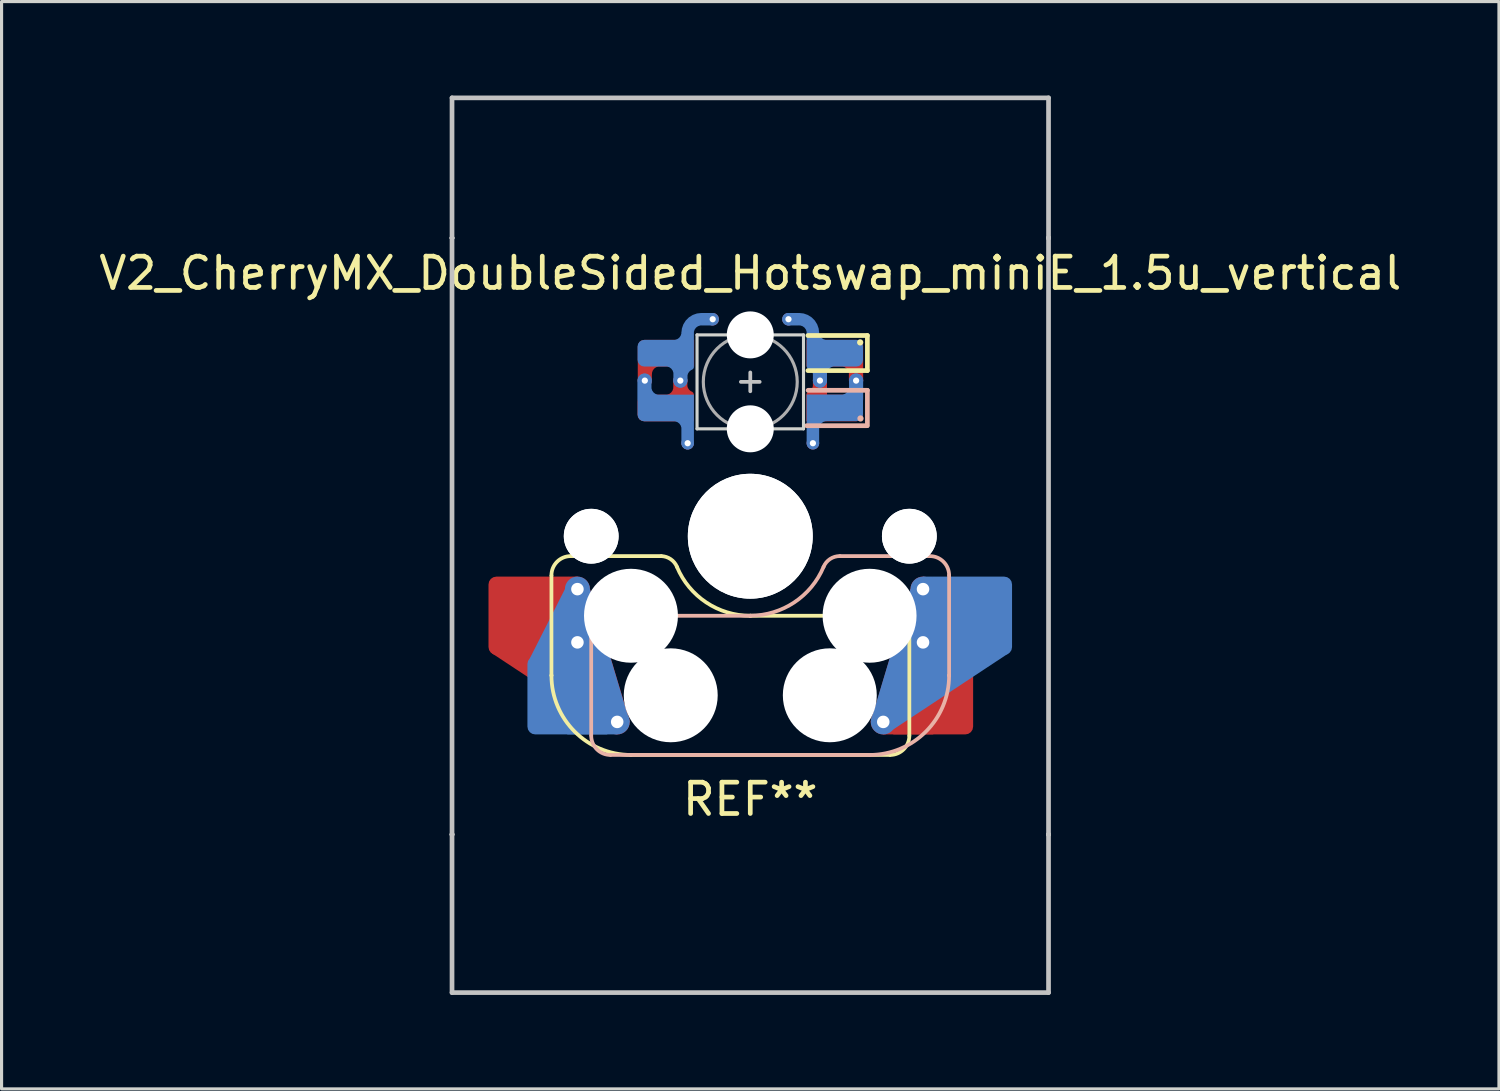
<source format=kicad_pcb>
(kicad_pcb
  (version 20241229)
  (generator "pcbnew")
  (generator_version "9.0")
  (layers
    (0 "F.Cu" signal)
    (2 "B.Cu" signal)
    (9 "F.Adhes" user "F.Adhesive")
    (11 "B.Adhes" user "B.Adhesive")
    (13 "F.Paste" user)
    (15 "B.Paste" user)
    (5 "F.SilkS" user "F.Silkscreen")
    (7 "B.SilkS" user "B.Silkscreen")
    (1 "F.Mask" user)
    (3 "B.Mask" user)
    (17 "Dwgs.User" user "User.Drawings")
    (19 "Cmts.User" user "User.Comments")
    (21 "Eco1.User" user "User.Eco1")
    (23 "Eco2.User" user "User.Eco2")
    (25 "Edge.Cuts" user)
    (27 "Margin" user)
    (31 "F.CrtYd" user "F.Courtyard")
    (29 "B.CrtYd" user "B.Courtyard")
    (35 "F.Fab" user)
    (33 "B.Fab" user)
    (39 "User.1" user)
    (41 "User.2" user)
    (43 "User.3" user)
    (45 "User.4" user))
  (footprint "V2_CherryMX_DoubleSided_Hotswap_miniE_1.5u_vertical"
    (layer "F.Cu")
    (at 20.911 14.075)
    (property "Reference" "V2_CherryMX_DoubleSided_Hotswap_miniE_1.5u_vertical" (at 0 -8.4 180) (layer "F.SilkS") (effects (font (size 1 1) (thickness 0.15))))
    (attr through_hole)
    (fp_poly (pts (xy -5.81 1.29) (xy -5.52 1.29) (xy -5.12 1.69) (xy -3.9 5.74) (xy -4.57 6.17) (xy -8.25 3.74)) (stroke (width 0) (type solid)) (fill yes) (layer "F.Cu"))
    (fp_poly (pts (xy 3.937 6) (xy 4.247 6.33) (xy 5.839 6.33) (xy 7.037 3.9) (xy 5.917 1.69) (xy 5.117 1.69) (xy 3.847 5.93) (xy 3.947 6.01)) (stroke (width 0) (type solid)) (fill yes) (layer "F.Cu"))
    (fp_poly (pts (xy 5.807 1.29) (xy 5.517 1.29) (xy 5.117 1.69) (xy 3.897 5.74) (xy 4.567 6.17) (xy 8.247 3.74)) (stroke (width 0) (type solid)) (fill yes) (layer "B.Cu"))
    (fp_poly (pts (xy -3.94 6) (xy -4.25 6.33) (xy -5.842 6.33) (xy -7.04 3.9) (xy -5.92 1.69) (xy -5.12 1.69) (xy -3.85 5.93) (xy -3.95 6.01)) (stroke (width 0) (type solid)) (fill yes) (layer "B.Cu"))
    (fp_line (start -6.35 4.445) (end -6.35 1.26) (stroke (width 0.12) (type solid)) (layer "F.SilkS"))
    (fp_line (start -6.35 4.445) (end -6.35 4.445) (stroke (width 0.12) (type solid)) (layer "F.SilkS"))
    (fp_line (start -5.73 0.635) (end -2.84 0.635) (stroke (width 0.12) (type solid)) (layer "F.SilkS"))
    (fp_line (start -3.81 6.985) (end -3.81 6.985) (stroke (width 0.12) (type solid)) (layer "F.SilkS"))
    (fp_line (start -3.81 6.985) (end 4.46 6.985) (stroke (width 0.12) (type solid)) (layer "F.SilkS"))
    (fp_line (start 0 2.54) (end 0 2.54) (stroke (width 0.12) (type solid)) (layer "F.SilkS"))
    (fp_line (start 0 2.54) (end 5.08 2.54) (stroke (width 0.12) (type solid)) (layer "F.SilkS"))
    (fp_line (start 3.74 -6.41) (end 1.84 -6.41) (stroke (width 0.15) (type solid)) (layer "F.SilkS"))
    (fp_line (start 3.74 -5.29) (end 1.84 -5.29) (stroke (width 0.15) (type solid)) (layer "F.SilkS"))
    (fp_line (start 3.74 -5.29) (end 3.74 -6.41) (stroke (width 0.15) (type solid)) (layer "F.SilkS"))
    (fp_line (start 5.08 2.54) (end 5.08 2.54) (stroke (width 0.12) (type solid)) (layer "F.SilkS"))
    (fp_line (start 5.08 2.54) (end 5.08 2.54) (stroke (width 0.12) (type solid)) (layer "F.SilkS"))
    (fp_line (start 5.08 6.37) (end 5.08 2.54) (stroke (width 0.12) (type solid)) (layer "F.SilkS"))
    (fp_arc (start -6.35 1.25) (mid -6.169871 0.815129) (end -5.735 0.635) (stroke (width 0.12) (type default)) (layer "F.SilkS"))
    (fp_arc (start -3.81 6.985) (mid -5.606051 6.241051) (end -6.35 4.445) (stroke (width 0.12) (type solid)) (layer "F.SilkS"))
    (fp_arc (start -2.840072 0.635) (mid -2.539136 0.734321) (end -2.34 0.980845) (stroke (width 0.12) (type default)) (layer "F.SilkS"))
    (fp_arc (start 0 2.54) (mid -1.405309 2.1152) (end -2.34 0.983072) (stroke (width 0.12) (type solid)) (layer "F.SilkS"))
    (fp_arc (start 5.080129 6.37) (mid 4.900001 6.804881) (end 4.465129 6.985) (stroke (width 0.12) (type default)) (layer "F.SilkS"))
    (fp_circle (center 3.51 -6.19) (end 3.41 -6.19) (stroke (width 0) (type solid)) (fill yes) (layer "F.SilkS"))
    (fp_line (start -5.08 2.54) (end -5.08 2.54) (stroke (width 0.12) (type solid)) (layer "B.SilkS"))
    (fp_line (start -5.08 2.54) (end -5.08 2.54) (stroke (width 0.12) (type solid)) (layer "B.SilkS"))
    (fp_line (start -5.08 6.36) (end -5.08 2.54) (stroke (width 0.12) (type solid)) (layer "B.SilkS"))
    (fp_line (start -4.46 6.985) (end 3.81 6.985) (stroke (width 0.12) (type solid)) (layer "B.SilkS"))
    (fp_line (start 0 2.54) (end -5.08 2.54) (stroke (width 0.12) (type solid)) (layer "B.SilkS"))
    (fp_line (start 0 2.54) (end 0 2.54) (stroke (width 0.12) (type solid)) (layer "B.SilkS"))
    (fp_line (start 1.8 -3.53) (end 3.724 -3.53) (stroke (width 0.15) (type solid)) (layer "B.SilkS"))
    (fp_line (start 2.86 0.635) (end 5.72 0.635) (stroke (width 0.12) (type solid)) (layer "B.SilkS"))
    (fp_line (start 3.74 -4.66) (end 1.846 -4.66) (stroke (width 0.15) (type solid)) (layer "B.SilkS"))
    (fp_line (start 3.74 -3.53) (end 3.74 -4.66) (stroke (width 0.15) (type solid)) (layer "B.SilkS"))
    (fp_line (start 3.81 6.985) (end 3.81 6.985) (stroke (width 0.12) (type solid)) (layer "B.SilkS"))
    (fp_line (start 6.35 1.25) (end 6.35 4.445) (stroke (width 0.12) (type solid)) (layer "B.SilkS"))
    (fp_line (start 6.35 4.445) (end 6.35 4.445) (stroke (width 0.12) (type solid)) (layer "B.SilkS"))
    (fp_arc (start -4.465 6.985) (mid -4.899871 6.804871) (end -5.08 6.37) (stroke (width 0.12) (type default)) (layer "B.SilkS"))
    (fp_arc (start 2.34 0.98) (mid 1.405313 2.11213) (end 0 2.536928) (stroke (width 0.12) (type solid)) (layer "B.SilkS"))
    (fp_arc (start 2.34 0.98) (mid 2.547383 0.727891) (end 2.859999 0.633863) (stroke (width 0.12) (type default)) (layer "B.SilkS"))
    (fp_arc (start 5.735129 0.635) (mid 6.169981 0.81514) (end 6.350129 1.25) (stroke (width 0.12) (type default)) (layer "B.SilkS"))
    (fp_arc (start 6.35 4.445) (mid 5.606051 6.241051) (end 3.81 6.985) (stroke (width 0.12) (type solid)) (layer "B.SilkS"))
    (fp_circle (center 3.52 -3.76) (end 3.62 -3.76) (stroke (width 0) (type solid)) (fill yes) (layer "B.SilkS"))
    (fp_line (start -9.525 -14) (end 9.525 -14) (stroke (width 0.15) (type solid)) (layer "Dwgs.User"))
    (fp_line (start -9.525 -9.525) (end -9.525 -9.525) (stroke (width 0.15) (type solid)) (layer "Dwgs.User"))
    (fp_line (start -9.525 -9.525) (end -9.525 -9.525) (stroke (width 0.15) (type solid)) (layer "Dwgs.User"))
    (fp_line (start -9.525 -9.525) (end -9.525 -9.525) (stroke (width 0.15) (type solid)) (layer "Dwgs.User"))
    (fp_line (start -9.525 -9.525) (end -9.525 -9.525) (stroke (width 0.15) (type solid)) (layer "Dwgs.User"))
    (fp_line (start -9.525 9.525) (end -9.525 9.525) (stroke (width 0.15) (type solid)) (layer "Dwgs.User"))
    (fp_line (start -9.525 9.525) (end -9.525 9.525) (stroke (width 0.15) (type solid)) (layer "Dwgs.User"))
    (fp_line (start -9.525 9.525) (end -9.525 9.525) (stroke (width 0.15) (type solid)) (layer "Dwgs.User"))
    (fp_line (start -9.525 9.525) (end -9.525 9.525) (stroke (width 0.15) (type solid)) (layer "Dwgs.User"))
    (fp_line (start -9.525 14.575) (end -9.525 -14) (stroke (width 0.15) (type solid)) (layer "Dwgs.User"))
    (fp_line (start -0.3 -4.93) (end 0.3 -4.93) (stroke (width 0.12) (type solid)) (layer "Dwgs.User"))
    (fp_line (start 0 -4.63) (end 0 -5.23) (stroke (width 0.12) (type solid)) (layer "Dwgs.User"))
    (fp_line (start 9.525 -14) (end 9.525 14.575) (stroke (width 0.15) (type solid)) (layer "Dwgs.User"))
    (fp_line (start 9.525 -9.525) (end 9.525 -9.525) (stroke (width 0.15) (type solid)) (layer "Dwgs.User"))
    (fp_line (start 9.525 -9.525) (end 9.525 -9.525) (stroke (width 0.15) (type solid)) (layer "Dwgs.User"))
    (fp_line (start 9.525 -9.525) (end 9.525 -9.525) (stroke (width 0.15) (type solid)) (layer "Dwgs.User"))
    (fp_line (start 9.525 -9.525) (end 9.525 -9.525) (stroke (width 0.15) (type solid)) (layer "Dwgs.User"))
    (fp_line (start 9.525 9.525) (end 9.525 9.525) (stroke (width 0.15) (type solid)) (layer "Dwgs.User"))
    (fp_line (start 9.525 9.525) (end 9.525 9.525) (stroke (width 0.15) (type solid)) (layer "Dwgs.User"))
    (fp_line (start 9.525 9.525) (end 9.525 9.525) (stroke (width 0.15) (type solid)) (layer "Dwgs.User"))
    (fp_line (start 9.525 9.525) (end 9.525 9.525) (stroke (width 0.15) (type solid)) (layer "Dwgs.User"))
    (fp_line (start 9.525 14.575) (end -9.525 14.575) (stroke (width 0.15) (type solid)) (layer "Dwgs.User"))
    (fp_line (start -1.7 -6.43) (end -1.7 -3.43) (stroke (width 0.1) (type solid)) (layer "Edge.Cuts"))
    (fp_line (start 1.7 -6.43) (end -1.7 -6.43) (stroke (width 0.1) (type solid)) (layer "Edge.Cuts"))
    (fp_line (start 1.7 -3.43) (end -1.7 -3.43) (stroke (width 0.1) (type solid)) (layer "Edge.Cuts"))
    (fp_line (start 1.7 -3.43) (end 1.7 -6.43) (stroke (width 0.1) (type solid)) (layer "Edge.Cuts"))
    (fp_circle (center 0 -4.93) (end 0 -6.43) (stroke (width 0.1) (type solid)) (fill no) (layer "F.Fab"))
    (fp_line (start -9.525 9.525) (end -9.525 -9.525) (stroke (width 0.15) (type solid)) (layer "User.2"))
    (fp_line (start 9.525 -9.525) (end -9.525 -9.525) (stroke (width 0.15) (type solid)) (layer "User.2"))
    (fp_line (start 9.525 9.525) (end -9.525 9.525) (stroke (width 0.15) (type solid)) (layer "User.2"))
    (fp_line (start 9.525 9.525) (end 9.525 -9.525) (stroke (width 0.15) (type solid)) (layer "User.2"))
    (fp_text user "REF**" (at 0 8.4 0) (layer "F.SilkS") (effects (font (size 1 1) (thickness 0.15))))
    (pad "" np_thru_hole circle (at -5.08 0 180) (size 1.75 1.75) (drill 1.75) (layers "*.Cu" "*.Mask"))
    (pad "" np_thru_hole circle (at -5.08 0 180) (size 1.75 1.75) (drill 1.75) (layers "*.Cu" "*.Mask"))
    (pad "" np_thru_hole circle (at -3.81 2.54 180) (size 3 3) (drill 3) (layers "*.Cu" "*.Mask"))
    (pad "" smd roundrect (at -2.69 -5.845) (size 1.82 0.85) (layers "B.Mask") (roundrect_rratio 0.25) (chamfer_ratio 0) (chamfer top_right bottom_right))
    (pad "" smd roundrect (at -2.69 -4.095 180) (size 1.82 0.85) (layers "F.Mask") (roundrect_rratio 0.25) (chamfer_ratio 0) (chamfer top_left bottom_left))
    (pad "" smd roundrect (at -2.69 -4.095) (size 1.82 0.84) (layers "B.Mask") (roundrect_rratio 0.25) (chamfer_ratio 0) (chamfer top_right bottom_right))
    (pad "" smd roundrect (at -2.685 -5.855 180) (size 1.83 0.85) (layers "F.Mask") (roundrect_rratio 0.25) (chamfer_ratio 0) (chamfer top_left bottom_left))
    (pad "" np_thru_hole circle (at -2.54 5.08 180) (size 3 3) (drill 3) (layers "*.Cu" "*.Mask"))
    (pad "" np_thru_hole circle (at 0 -6.43 180) (size 1.5 1.5) (drill 1.5) (layers "*.Cu" "*.Mask"))
    (pad "" np_thru_hole circle (at 0 -3.43 180) (size 1.5 1.5) (drill 1.5) (layers "*.Cu" "*.Mask"))
    (pad "" np_thru_hole circle (at 0 0 180) (size 3.988 3.988) (drill 3.988) (layers "*.Cu" "*.Mask"))
    (pad "" np_thru_hole circle (at 0 0 180) (size 3.988 3.988) (drill 3.988) (layers "*.Cu" "*.Mask"))
    (pad "" smd rect (at 2.47 -5.85) (size 1.38 0.84) (layers "F.Mask"))
    (pad "" smd rect (at 2.47 -4.09 180) (size 1.38 0.84) (layers "B.Mask"))
    (pad "" np_thru_hole circle (at 2.54 5.08 180) (size 3 3) (drill 3) (layers "*.Cu" "*.Mask"))
    (pad "" smd roundrect (at 2.685 -4.095) (size 1.83 0.85) (layers "F.Mask") (roundrect_rratio 0.25) (chamfer_ratio 0) (chamfer top_left bottom_left))
    (pad "" smd roundrect (at 2.69 -5.84 180) (size 1.82 0.84) (layers "B.Mask") (roundrect_rratio 0.25) (chamfer_ratio 0) (chamfer top_right bottom_right))
    (pad "" smd roundrect (at 2.855 -5.85) (size 1.49 0.84) (layers "F.Mask") (roundrect_rratio 0.25) (chamfer_ratio 0.5) (chamfer top_right))
    (pad "" smd roundrect (at 2.855 -4.09 180) (size 1.49 0.84) (layers "B.Mask") (roundrect_rratio 0.25) (chamfer_ratio 0.5) (chamfer top_left))
    (pad "" np_thru_hole circle (at 3.81 2.54 180) (size 3 3) (drill 3) (layers "*.Cu" "*.Mask"))
    (pad "" np_thru_hole circle (at 5.08 0 180) (size 1.75 1.75) (drill 1.75) (layers "*.Cu" "*.Mask"))
    (pad "" np_thru_hole circle (at 5.08 0 180) (size 1.75 1.75) (drill 1.75) (layers "*.Cu" "*.Mask"))
    (pad "1" smd custom (at -2.7 -5.845) (size 0.85 0.85) (layers "B.Cu") (options (anchor circle)) (primitives (gr_arc (start 0.698874 -0.666126) (mid 0.57 -0.355) (end 0.258874 -0.226126) (width 0.4)) (gr_arc (start 0.7 -0.645) (mid 0.828874 -0.956126) (end 1.14 -1.085) (width 0.4)) (gr_line (start 1.18 -1.085) (end 1.48 -1.085) (width 0.4)) (gr_line (start 0.7 -0.645) (end 0.7 -0.165) (width 0.4)) (gr_line (start 0.47 0.875) (end 0.47 0.275) (width 0.45)) (gr_arc (start 0.592691 0.750315) (mid 0.650001 0.56089) (end 0.802705 0.435002) (width 0.2)) (gr_arc (start 0.005 0.225) (mid 0.316126 0.353874) (end 0.445 0.665) (width 0.4)) (gr_poly (pts (xy -0.9 -0.212) (xy -0.884 -0.294) (xy -0.838 -0.363) (xy -0.769 -0.409) (xy -0.688 -0.425) (xy 0.9 -0.425) (xy 0.9 0.425) (xy -0.688 0.425) (xy -0.769 0.409) (xy -0.838 0.363) (xy -0.884 0.294) (xy -0.9 0.212)) (width 0) (fill yes))))
    (pad "1" smd custom (at -2.7 -4.095) (size 0.85 0.85) (layers "F.Cu") (options (anchor circle)) (primitives (gr_arc (start 0.44 -0.665) (mid 0.311126 -0.353874) (end 0 -0.225) (width 0.4)) (gr_arc (start 0.798298 -0.429684) (mid 0.645594 -0.555573) (end 0.588284 -0.744999) (width 0.2)) (gr_line (start 0.466 -0.874) (end 0.466 -0.184) (width 0.45)) (gr_poly (pts (xy -0.9 -0.212) (xy -0.884 -0.294) (xy -0.838 -0.363) (xy -0.769 -0.409) (xy -0.688 -0.425) (xy 0.9 -0.425) (xy 0.9 0.425) (xy -0.688 0.425) (xy -0.769 0.409) (xy -0.838 0.363) (xy -0.884 0.294) (xy -0.9 0.212)) (width 0) (fill yes))))
    (pad "1" thru_hole circle (at -2.234 -4.969 180) (size 0.45 0.45) (drill 0.2) (layers "*.Cu"))
    (pad "1" thru_hole circle (at -1.2 -6.93) (size 0.4 0.4) (drill 0.2) (layers "*.Cu"))
    (pad "2" thru_hole circle (at -3.368 -4.97 180) (size 0.45 0.45) (drill 0.2) (layers "*.Cu"))
    (pad "2" smd custom (at -2.7 -4.095 180) (size 0.85 0.85) (layers "B.Cu") (options (anchor circle)) (primitives (gr_poly (pts (xy -0.9 -0.425) (xy 0.688 -0.425) (xy 0.769 -0.409) (xy 0.838 -0.363) (xy 0.884 -0.294) (xy 0.9 -0.212) (xy 0.9 0.212) (xy 0.884 0.294) (xy 0.838 0.363) (xy 0.769 0.409) (xy 0.688 0.425) (xy -0.9 0.425)) (width 0) (fill yes)) (gr_line (start -0.7 -1.125) (end -0.7 -0.225) (width 0.4)) (gr_arc (start -0.26 -0.226126) (mid -0.571126 -0.355) (end -0.7 -0.666126) (width 0.4)) (gr_line (start 0.68 0.875) (end 0.68 0.275) (width 0.45)) (gr_arc (start 0.215 0.225) (mid 0.526126 0.353874) (end 0.655 0.665) (width 0.4))))
    (pad "2" smd custom (at -2.693 -5.845 180) (size 0.85 0.85) (layers "F.Cu") (options (anchor circle)) (primitives (gr_arc (start 0.645874 -0.666126) (mid 0.517 -0.355) (end 0.205874 -0.226126) (width 0.4)) (gr_line (start 0.675 -0.875) (end 0.675 -0.135) (width 0.45)) (gr_poly (pts (xy -0.9 -0.425) (xy 0.9 -0.425) (xy 0.9 0.212) (xy 0.884 0.294) (xy 0.838 0.363) (xy 0.769 0.409) (xy 0.688 0.425) (xy -0.9 0.425)) (width 0) (fill yes))))
    (pad "2" thru_hole circle (at -2 -2.97 180) (size 0.4 0.4) (drill 0.2) (layers "*.Cu"))
    (pad "3" thru_hole circle (at 2 -2.97 180) (size 0.4 0.4) (drill 0.2) (layers "*.Cu"))
    (pad "3" smd custom (at 2.7 -4.1 180) (size 0.85 0.85) (layers "B.Cu") (options (anchor circle)) (primitives (gr_poly (pts (xy 0.9 -0.425) (xy -0.688 -0.425) (xy -0.769 -0.409) (xy -0.838 -0.363) (xy -0.884 -0.294) (xy -0.9 -0.212) (xy -0.9 0.212) (xy -0.884 0.294) (xy -0.838 0.363) (xy -0.769 0.409) (xy -0.688 0.425) (xy 0.9 0.425)) (width 0) (fill yes)) (gr_line (start 0.7 -0.225) (end 0.7 -1.125) (width 0.4)) (gr_arc (start 0.7 -0.666126) (mid 0.571126 -0.355) (end 0.26 -0.226126) (width 0.4)) (gr_line (start -0.68 0.275) (end -0.68 0.875) (width 0.45)) (gr_arc (start -0.655 0.665) (mid -0.526126 0.353874) (end -0.215 0.225) (width 0.4))))
    (pad "3" smd custom (at 2.705 -5.845 180) (size 0.85 0.85) (layers "F.Cu") (options (anchor circle)) (primitives (gr_arc (start -0.205 -0.225) (mid -0.516126 -0.353874) (end -0.645 -0.665) (width 0.4)) (gr_poly (pts (xy -0.494 -0.354) (xy -0.85 -0.354) (xy -0.85 -0.887) (xy -0.494 -0.887)) (width 0.1) (fill yes)) (gr_poly (pts (xy -0.9 -0.425) (xy 0.91 -0.425) (xy 0.91 0.425) (xy -0.688 0.425) (xy -0.769 0.409) (xy -0.838 0.363) (xy -0.884 0.294) (xy -0.9 0.212)) (width 0) (fill yes))))
    (pad "3" thru_hole circle (at 3.38 -4.97 180) (size 0.45 0.45) (drill 0.2) (layers "*.Cu"))
    (pad "4" thru_hole circle (at 1.22 -6.93) (size 0.4 0.4) (drill 0.2) (layers "*.Cu"))
    (pad "4" thru_hole circle (at 2.225 -4.97 180) (size 0.45 0.45) (drill 0.2) (layers "*.Cu"))
    (pad "4" smd custom (at 2.7 -5.845) (size 0.85 0.85) (layers "B.Cu") (options (anchor circle)) (primitives (gr_arc (start -0.26 -0.226126) (mid -0.571126 -0.355) (end -0.7 -0.666126) (width 0.4)) (gr_line (start -0.7 -0.645) (end -0.7 -0.165) (width 0.4)) (gr_arc (start -1.14 -1.085) (mid -0.828874 -0.956126) (end -0.7 -0.645) (width 0.4)) (gr_line (start -1.18 -1.085) (end -1.48 -1.085) (width 0.4)) (gr_line (start -0.475 0.875) (end -0.475 0.275) (width 0.45)) (gr_arc (start -0.8 0.415) (mid -0.647296 0.540889) (end -0.589986 0.730315) (width 0.2)) (gr_arc (start -0.45 0.665) (mid -0.321126 0.353874) (end -0.01 0.225) (width 0.4)) (gr_poly (pts (xy -0.9 -0.425) (xy 0.688 -0.425) (xy 0.769 -0.409) (xy 0.838 -0.363) (xy 0.884 -0.294) (xy 0.9 -0.212) (xy 0.9 0.212) (xy 0.884 0.294) (xy 0.838 0.363) (xy 0.769 0.409) (xy 0.688 0.425) (xy -0.9 0.425)) (width 0) (fill yes))))
    (pad "4" smd custom (at 2.7 -4.095) (size 0.85 0.85) (layers "F.Cu") (options (anchor circle)) (primitives (gr_line (start -0.475 -0.875) (end -0.475 -0.235) (width 0.45)) (gr_arc (start -0.599987 -0.740315) (mid -0.657296 -0.550889) (end -0.81 -0.425001) (width 0.2)) (gr_poly (pts (xy -0.91 -0.425) (xy 0.688 -0.425) (xy 0.769 -0.409) (xy 0.838 -0.363) (xy 0.884 -0.294) (xy 0.9 -0.212) (xy 0.9 0.212) (xy 0.884 0.294) (xy 0.838 0.363) (xy 0.769 0.409) (xy 0.688 0.425) (xy -0.91 0.425)) (width 0) (fill yes))))
    (pad "5" thru_hole circle (at 4.247 5.93 180) (size 0.8 0.8) (drill 0.4) (layers "*.Cu"))
    (pad "5" thru_hole circle (at 5.517 1.69 180) (size 0.8 0.8) (drill 0.4) (layers "*.Cu"))
    (pad "5" thru_hole circle (at 5.517 3.39 180) (size 0.8 0.8) (drill 0.4) (layers "*.Cu"))
    (pad "5" smd roundrect (at 5.842 5.08 180) (size 2.55 2.5) (layers "F.Cu" "F.Mask" "F.Paste") (roundrect_rratio 0.1) (chamfer_ratio 0) (chamfer top_right bottom_right))
    (pad "5" smd roundrect (at 7.085 2.54 180) (size 2.55 2.5) (layers "B.Cu" "B.Mask" "B.Paste") (roundrect_rratio 0.1) (chamfer_ratio 0) (chamfer top_right bottom_right))
    (pad "6" smd roundrect (at -7.085 2.54 180) (size 2.55 2.5) (layers "F.Cu" "F.Mask" "F.Paste") (roundrect_rratio 0.1) (chamfer_ratio 0) (chamfer top_left bottom_left))
    (pad "6" smd roundrect (at -5.842 5.08 180) (size 2.55 2.5) (layers "B.Cu" "B.Mask" "B.Paste") (roundrect_rratio 0.1) (chamfer_ratio 0) (chamfer top_left bottom_left))
    (pad "6" thru_hole circle (at -5.52 1.69 180) (size 0.8 0.8) (drill 0.4) (layers "*.Cu"))
    (pad "6" thru_hole circle (at -5.52 3.39 180) (size 0.8 0.8) (drill 0.4) (layers "*.Cu"))
    (pad "6" thru_hole circle (at -4.25 5.93 180) (size 0.8 0.8) (drill 0.4) (layers "*.Cu")))
  (gr_rect
    (start -3 -3)
    (end 44.821 31.725)
    (stroke (width 0.1) (type default))
    (fill no)
    (layer "Edge.Cuts")))
</source>
